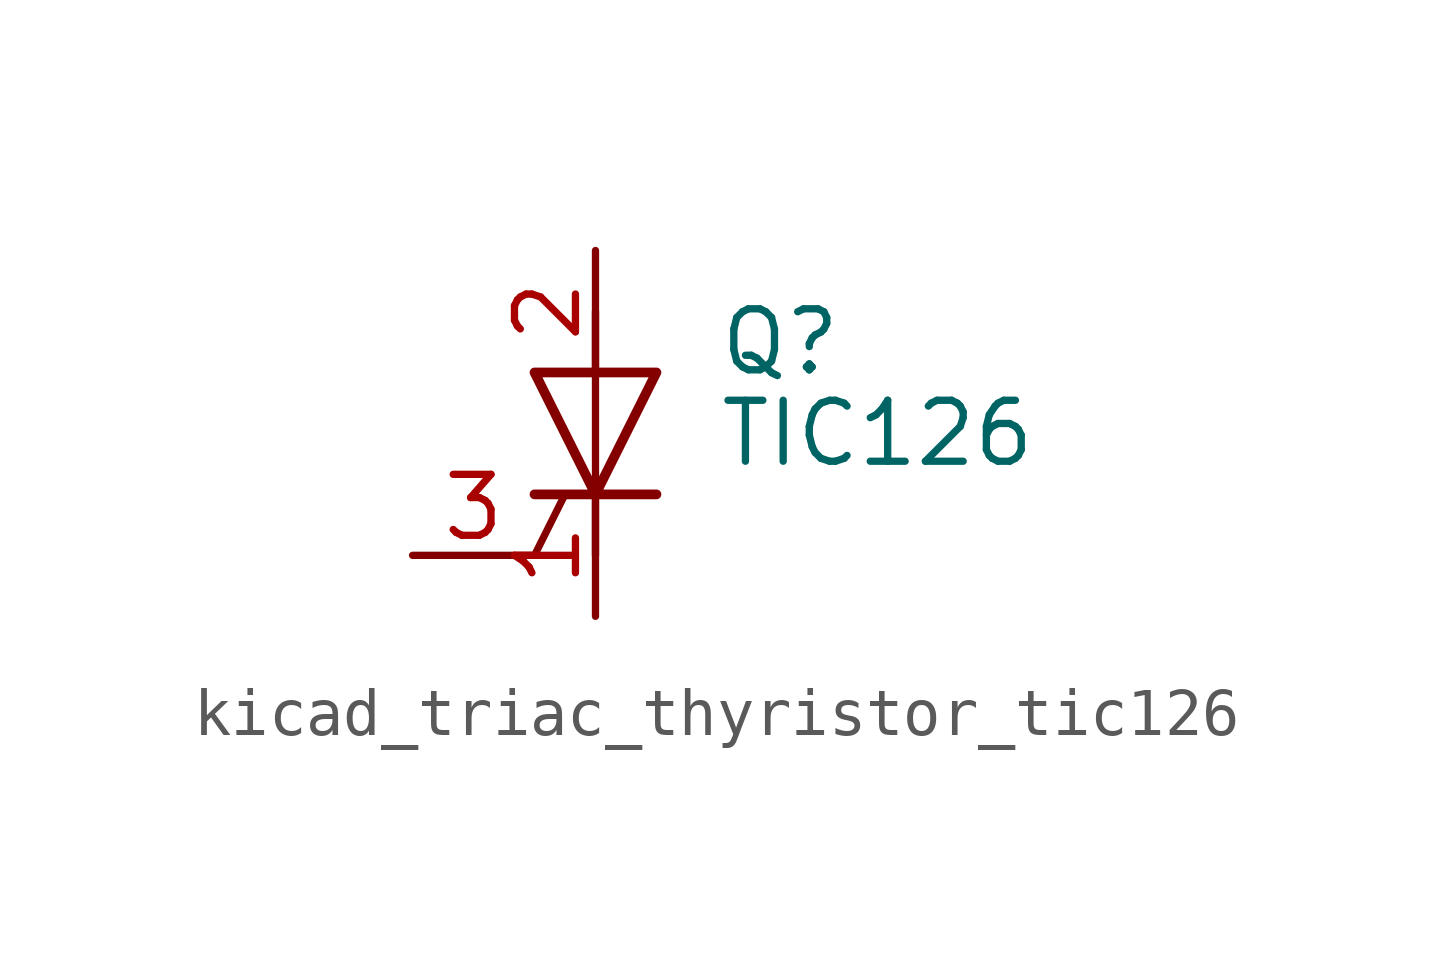
<source format=kicad_sym>
(kicad_symbol_lib
  (version 20220914)
  (generator kicad_symbol_editor)
  (symbol "kicad_triac_thyristor_tic126"
    (pin_names
      (offset 0) hide)
    (property "Reference" "Q"
      (at 2.54 1.905 0)
      (effects (font (size 1.27 1.27)) (justify left)))
    (property "Value" "TIC126"
      (at 2.54 0 0)
      (effects (font (size 1.27 1.27)) (justify left)))
    (symbol "kicad_triac_thyristor_tic126_0_1"
      (polyline (pts (xy -1.27 -2.54) (xy -0.635 -1.27)) (stroke (width 0) (type default)) (fill (type none)))
      (polyline (pts (xy -1.27 -1.27) (xy 1.27 -1.27)) (stroke (width 0.203) (type default)) (fill (type none)))
      (polyline (pts (xy 0 -2.54) (xy 0 2.54)) (stroke (width 0) (type default)) (fill (type none)))
      (polyline (pts (xy -1.27 1.27) (xy 1.27 1.27) (xy 0 -1.27) (xy -1.27 1.27)) (stroke (width 0.203) (type default)) (fill (type none))))
    (symbol "kicad_triac_thyristor_tic126_1_1"
      (pin passive line (at 0 -3.81 90) (length 2.54) (name "K" (effects (font (size 1.27 1.27)))) (number "1" (effects (font (size 1.27 1.27)))))
      (pin passive line (at 0 3.81 270) (length 2.54) (name "A" (effects (font (size 1.27 1.27)))) (number "2" (effects (font (size 1.27 1.27)))))
      (pin input line (at -3.81 -2.54 0) (length 2.54) (name "G" (effects (font (size 1.27 1.27)))) (number "3" (effects (font (size 1.27 1.27))))))))
</source>
